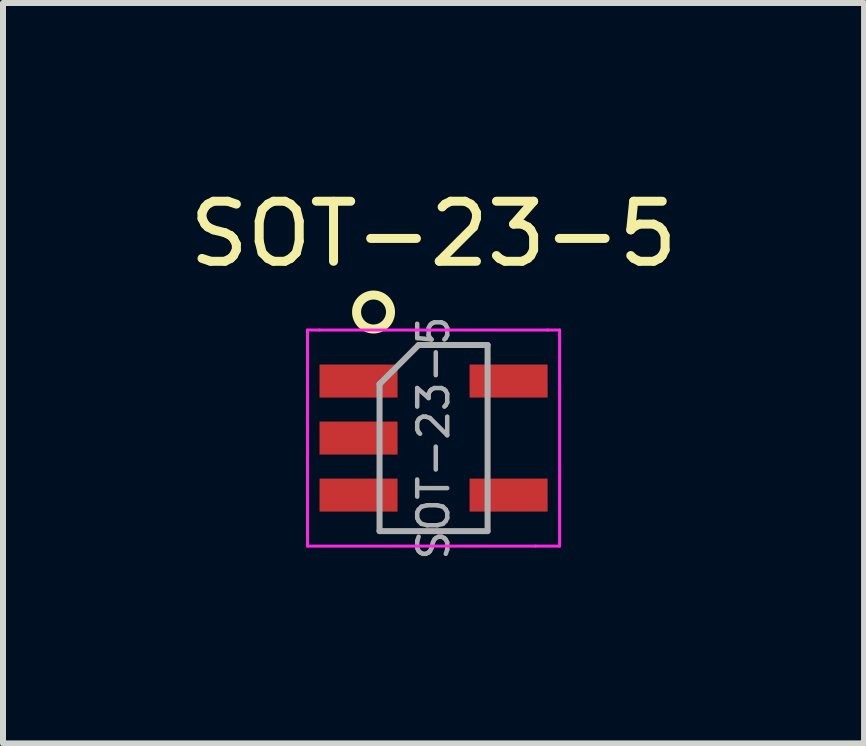
<source format=kicad_pcb>
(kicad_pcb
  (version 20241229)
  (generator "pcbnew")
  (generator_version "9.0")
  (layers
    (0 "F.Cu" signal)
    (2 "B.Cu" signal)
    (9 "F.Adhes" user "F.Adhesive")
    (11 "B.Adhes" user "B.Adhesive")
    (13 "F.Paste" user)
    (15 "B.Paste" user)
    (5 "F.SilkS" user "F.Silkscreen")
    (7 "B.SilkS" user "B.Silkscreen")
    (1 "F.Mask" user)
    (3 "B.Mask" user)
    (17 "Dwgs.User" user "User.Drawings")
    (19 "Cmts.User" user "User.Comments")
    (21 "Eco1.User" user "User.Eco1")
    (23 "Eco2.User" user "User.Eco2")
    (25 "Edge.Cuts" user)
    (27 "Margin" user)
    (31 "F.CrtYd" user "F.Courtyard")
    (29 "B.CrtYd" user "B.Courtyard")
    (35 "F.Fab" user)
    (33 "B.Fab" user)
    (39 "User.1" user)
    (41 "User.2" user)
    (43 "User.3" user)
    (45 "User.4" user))
  (footprint "SOT-23-5"
    (layer "F.Cu")
    (at 4.173 4.248)
    (property "Reference" "SOT-23-5" (at 0 -3.4 0) (layer "F.SilkS") (effects (font (size 1 1) (thickness 0.15))))
    (attr smd)
    (fp_circle (center -1 -2.1) (end -0.8 -1.9) (stroke (width 0.15) (type solid)) (fill no) (layer "F.SilkS"))
    (fp_line (start -2.1 1.8) (end -2.1 -1.8) (stroke (width 0.05) (type solid)) (layer "F.CrtYd"))
    (fp_line (start -1.9 -1.8) (end -2.1 -1.8) (stroke (width 0.05) (type solid)) (layer "F.CrtYd"))
    (fp_line (start -1.9 -1.8) (end 1.9 -1.8) (stroke (width 0.05) (type solid)) (layer "F.CrtYd"))
    (fp_line (start 1.7 1.8) (end -2.1 1.8) (stroke (width 0.05) (type solid)) (layer "F.CrtYd"))
    (fp_line (start 1.9 -1.8) (end 2.1 -1.8) (stroke (width 0.05) (type solid)) (layer "F.CrtYd"))
    (fp_line (start 2.1 -1.8) (end 2.1 1.8) (stroke (width 0.05) (type solid)) (layer "F.CrtYd"))
    (fp_line (start 2.1 1.8) (end 1.7 1.8) (stroke (width 0.05) (type solid)) (layer "F.CrtYd"))
    (fp_line (start -0.9 -0.9) (end -0.9 1.55) (stroke (width 0.1) (type solid)) (layer "F.Fab"))
    (fp_line (start -0.9 -0.9) (end -0.25 -1.55) (stroke (width 0.1) (type solid)) (layer "F.Fab"))
    (fp_line (start 0.9 -1.55) (end -0.25 -1.55) (stroke (width 0.1) (type solid)) (layer "F.Fab"))
    (fp_line (start 0.9 -1.55) (end 0.9 1.55) (stroke (width 0.1) (type solid)) (layer "F.Fab"))
    (fp_line (start 0.9 1.55) (end -0.9 1.55) (stroke (width 0.1) (type solid)) (layer "F.Fab"))
    (fp_text user "${REFERENCE}" (at 0 0 90) (layer "F.Fab") (effects (font (size 0.5 0.5) (thickness 0.075))))
    (pad "1" smd rect (at -1.25 -0.95) (size 1.3 0.55) (layers "F.Cu" "F.Mask" "F.Paste"))
    (pad "2" smd rect (at -1.25 0) (size 1.3 0.55) (layers "F.Cu" "F.Mask" "F.Paste"))
    (pad "3" smd rect (at -1.25 0.95) (size 1.3 0.55) (layers "F.Cu" "F.Mask" "F.Paste"))
    (pad "4" smd rect (at 1.25 0.95) (size 1.3 0.55) (layers "F.Cu" "F.Mask" "F.Paste"))
    (pad "5" smd rect (at 1.25 -0.95) (size 1.3 0.55) (layers "F.Cu" "F.Mask" "F.Paste")))
  (gr_rect
    (start -3 -3)
    (end 11.345 9.335)
    (stroke (width 0.1) (type default))
    (fill no)
    (layer "Edge.Cuts")))
</source>
